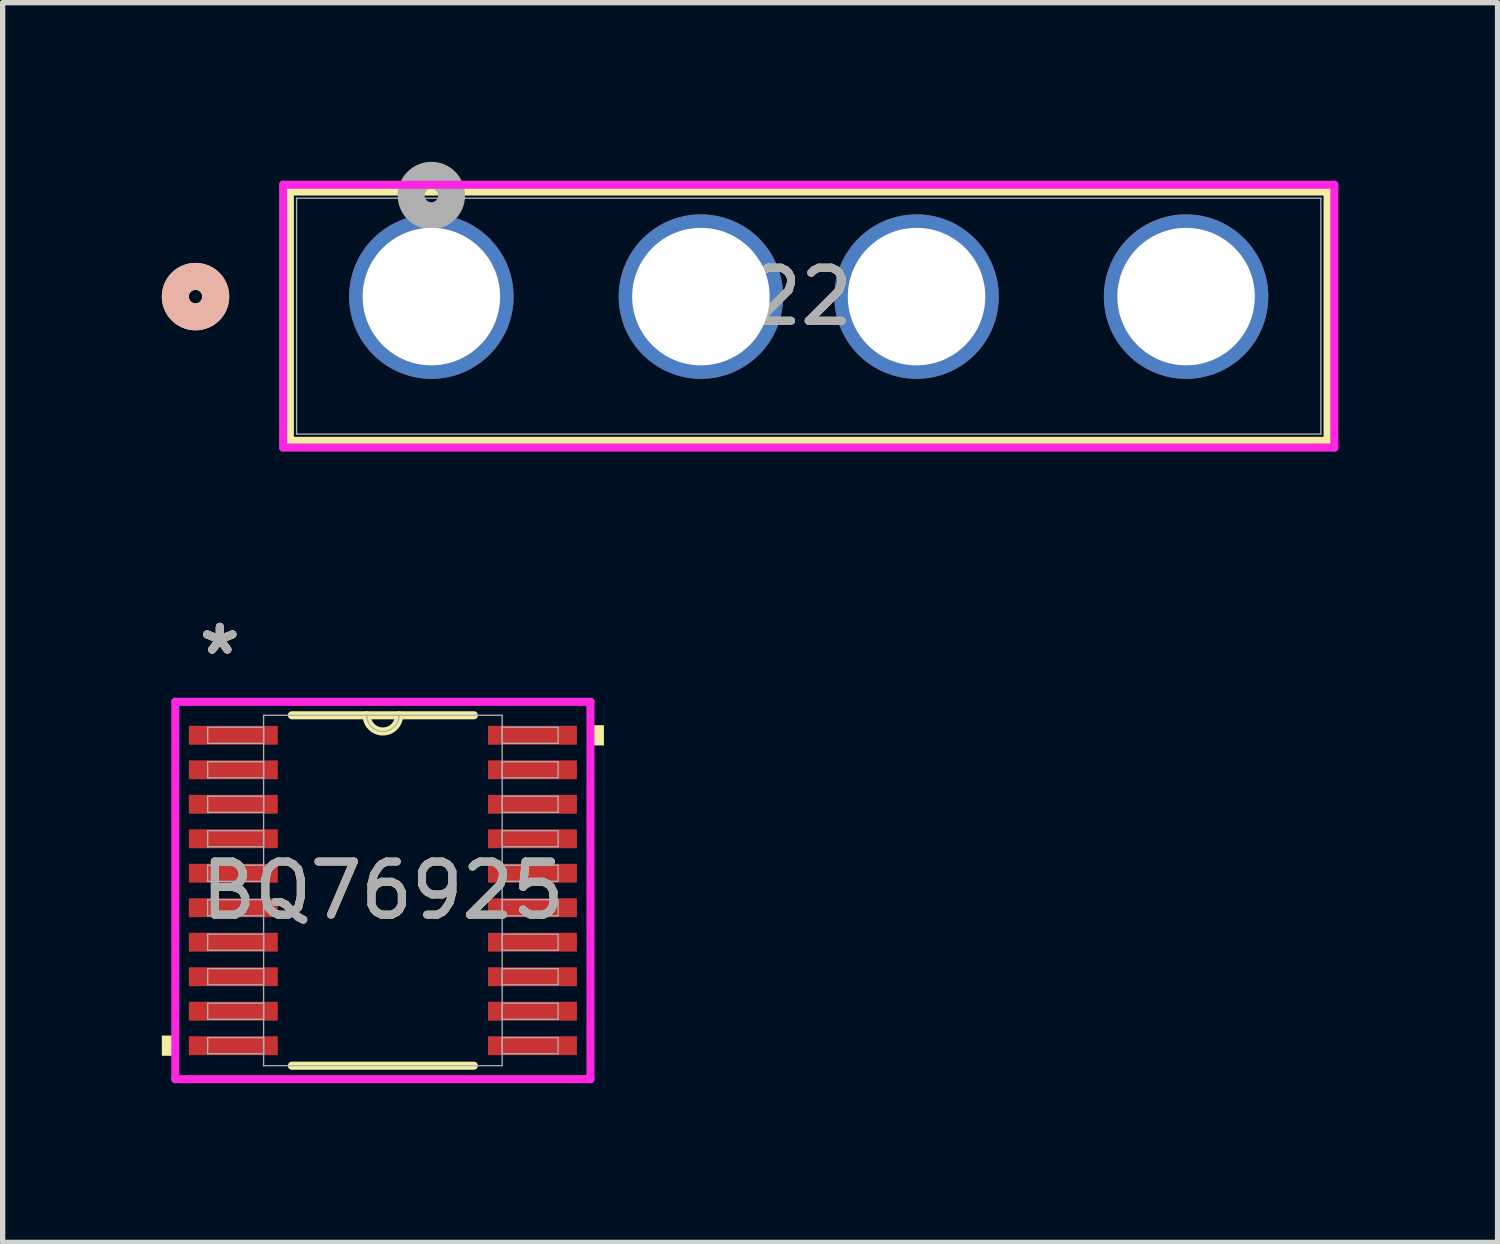
<source format=kicad_pcb>
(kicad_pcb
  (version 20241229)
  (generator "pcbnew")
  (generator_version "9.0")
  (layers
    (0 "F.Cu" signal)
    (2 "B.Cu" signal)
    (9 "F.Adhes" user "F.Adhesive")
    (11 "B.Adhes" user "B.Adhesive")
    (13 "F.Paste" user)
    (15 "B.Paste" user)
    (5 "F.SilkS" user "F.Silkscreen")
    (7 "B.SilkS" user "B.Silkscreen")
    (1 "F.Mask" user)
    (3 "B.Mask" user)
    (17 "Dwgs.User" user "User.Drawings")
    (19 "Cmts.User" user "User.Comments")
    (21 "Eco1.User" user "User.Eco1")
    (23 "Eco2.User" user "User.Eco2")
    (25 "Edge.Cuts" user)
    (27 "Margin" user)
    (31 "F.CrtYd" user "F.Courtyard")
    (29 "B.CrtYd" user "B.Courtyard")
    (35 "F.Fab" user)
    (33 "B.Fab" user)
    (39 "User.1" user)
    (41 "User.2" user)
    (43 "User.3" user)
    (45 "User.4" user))
  (footprint "3522-2"
    (layer "F.Cu")
    (at 5.08 2.54)
    (property "Reference" "3522-2" (at 7.112 0 0) (unlocked yes) (layer "F.SilkS") (effects (font (size 1 1) (thickness 0.15))))
    (attr through_hole)
    (fp_line (start -2.667 -1.981) (end -2.667 2.718) (stroke (width 0.152) (type solid)) (layer "F.SilkS"))
    (fp_line (start -2.667 2.718) (end 16.891 2.718) (stroke (width 0.152) (type solid)) (layer "F.SilkS"))
    (fp_line (start 16.891 -1.981) (end -2.667 -1.981) (stroke (width 0.152) (type solid)) (layer "F.SilkS"))
    (fp_line (start 16.891 2.718) (end 16.891 -1.981) (stroke (width 0.152) (type solid)) (layer "F.SilkS"))
    (fp_circle (center -4.445 0) (end -4.064 0) (stroke (width 0.508) (type solid)) (fill no) (layer "F.SilkS"))
    (fp_circle (center -4.445 0) (end -4.064 0) (stroke (width 0.508) (type solid)) (fill no) (layer "B.SilkS"))
    (fp_line (start -2.794 -2.108) (end -2.794 2.845) (stroke (width 0.152) (type solid)) (layer "F.CrtYd"))
    (fp_line (start -2.794 2.845) (end 17.018 2.845) (stroke (width 0.152) (type solid)) (layer "F.CrtYd"))
    (fp_line (start 17.018 -2.108) (end -2.794 -2.108) (stroke (width 0.152) (type solid)) (layer "F.CrtYd"))
    (fp_line (start 17.018 2.845) (end 17.018 -2.108) (stroke (width 0.152) (type solid)) (layer "F.CrtYd"))
    (fp_line (start -2.54 -1.854) (end -2.54 2.591) (stroke (width 0.025) (type solid)) (layer "F.Fab"))
    (fp_line (start -2.54 2.591) (end 16.764 2.591) (stroke (width 0.025) (type solid)) (layer "F.Fab"))
    (fp_line (start 16.764 -1.854) (end -2.54 -1.854) (stroke (width 0.025) (type solid)) (layer "F.Fab"))
    (fp_line (start 16.764 2.591) (end 16.764 -1.854) (stroke (width 0.025) (type solid)) (layer "F.Fab"))
    (fp_circle (center 0 -1.905) (end 0.381 -1.905) (stroke (width 0.508) (type solid)) (fill no) (layer "F.Fab"))
    (fp_text user "${REFERENCE}" (at 7.112 0 0) (unlocked yes) (layer "F.Fab") (effects (font (size 1 1) (thickness 0.15))))
    (pad "1" thru_hole circle (at 0 0) (size 3.099 3.099) (drill 2.591) (layers "*.Cu" "*.Mask"))
    (pad "1" thru_hole circle (at 5.08 0) (size 3.099 3.099) (drill 2.591) (layers "*.Cu" "*.Mask"))
    (pad "2" thru_hole circle (at 9.144 0) (size 3.099 3.099) (drill 2.591) (layers "*.Cu" "*.Mask"))
    (pad "2" thru_hole circle (at 14.224 0) (size 3.099 3.099) (drill 2.591) (layers "*.Cu" "*.Mask")))
  (footprint "BQ76925"
    (layer "F.Cu")
    (at 4.166 13.733)
    (property "Reference" "BQ76925" (at 0 0 0) (unlocked yes) (layer "F.SilkS") (effects (font (size 1 1) (thickness 0.15))))
    (attr smd)
    (fp_line (start -1.715 3.302) (end 1.715 3.302) (stroke (width 0.152) (type solid)) (layer "F.SilkS"))
    (fp_line (start 1.715 -3.302) (end -1.715 -3.302) (stroke (width 0.152) (type solid)) (layer "F.SilkS"))
    (fp_arc (start 0.3048 -3.302) (mid 0 -2.9972) (end -0.3048 -3.302) (stroke (width 0.1524) (type solid)) (layer "F.SilkS"))
    (fp_poly (pts (xy -4.166 2.734) (xy -4.166 3.115) (xy -3.912 3.115) (xy -3.912 2.734)) (stroke (width 0) (type solid)) (fill yes) (layer "F.SilkS"))
    (fp_poly (pts (xy 4.166 -3.115) (xy 4.166 -2.734) (xy 3.912 -2.734) (xy 3.912 -3.115)) (stroke (width 0) (type solid)) (fill yes) (layer "F.SilkS"))
    (fp_line (start -3.912 -3.556) (end 3.912 -3.556) (stroke (width 0.152) (type solid)) (layer "F.CrtYd"))
    (fp_line (start -3.912 3.556) (end -3.912 -3.556) (stroke (width 0.152) (type solid)) (layer "F.CrtYd"))
    (fp_line (start 3.912 -3.556) (end 3.912 3.556) (stroke (width 0.152) (type solid)) (layer "F.CrtYd"))
    (fp_line (start 3.912 3.556) (end -3.912 3.556) (stroke (width 0.152) (type solid)) (layer "F.CrtYd"))
    (fp_line (start -3.302 -3.077) (end -3.302 -2.773) (stroke (width 0.025) (type solid)) (layer "F.Fab"))
    (fp_line (start -3.302 -2.773) (end -2.248 -2.773) (stroke (width 0.025) (type solid)) (layer "F.Fab"))
    (fp_line (start -3.302 -2.427) (end -3.302 -2.123) (stroke (width 0.025) (type solid)) (layer "F.Fab"))
    (fp_line (start -3.302 -2.123) (end -2.248 -2.123) (stroke (width 0.025) (type solid)) (layer "F.Fab"))
    (fp_line (start -3.302 -1.777) (end -3.302 -1.473) (stroke (width 0.025) (type solid)) (layer "F.Fab"))
    (fp_line (start -3.302 -1.473) (end -2.248 -1.473) (stroke (width 0.025) (type solid)) (layer "F.Fab"))
    (fp_line (start -3.302 -1.127) (end -3.302 -0.823) (stroke (width 0.025) (type solid)) (layer "F.Fab"))
    (fp_line (start -3.302 -0.823) (end -2.248 -0.823) (stroke (width 0.025) (type solid)) (layer "F.Fab"))
    (fp_line (start -3.302 -0.477) (end -3.302 -0.173) (stroke (width 0.025) (type solid)) (layer "F.Fab"))
    (fp_line (start -3.302 -0.173) (end -2.248 -0.173) (stroke (width 0.025) (type solid)) (layer "F.Fab"))
    (fp_line (start -3.302 0.173) (end -3.302 0.477) (stroke (width 0.025) (type solid)) (layer "F.Fab"))
    (fp_line (start -3.302 0.477) (end -2.248 0.477) (stroke (width 0.025) (type solid)) (layer "F.Fab"))
    (fp_line (start -3.302 0.823) (end -3.302 1.127) (stroke (width 0.025) (type solid)) (layer "F.Fab"))
    (fp_line (start -3.302 1.127) (end -2.248 1.127) (stroke (width 0.025) (type solid)) (layer "F.Fab"))
    (fp_line (start -3.302 1.473) (end -3.302 1.777) (stroke (width 0.025) (type solid)) (layer "F.Fab"))
    (fp_line (start -3.302 1.777) (end -2.248 1.777) (stroke (width 0.025) (type solid)) (layer "F.Fab"))
    (fp_line (start -3.302 2.123) (end -3.302 2.427) (stroke (width 0.025) (type solid)) (layer "F.Fab"))
    (fp_line (start -3.302 2.427) (end -2.248 2.427) (stroke (width 0.025) (type solid)) (layer "F.Fab"))
    (fp_line (start -3.302 2.773) (end -3.302 3.077) (stroke (width 0.025) (type solid)) (layer "F.Fab"))
    (fp_line (start -3.302 3.077) (end -2.248 3.077) (stroke (width 0.025) (type solid)) (layer "F.Fab"))
    (fp_line (start -2.248 -3.302) (end -2.248 3.302) (stroke (width 0.025) (type solid)) (layer "F.Fab"))
    (fp_line (start -2.248 -3.077) (end -3.302 -3.077) (stroke (width 0.025) (type solid)) (layer "F.Fab"))
    (fp_line (start -2.248 -2.773) (end -2.248 -3.077) (stroke (width 0.025) (type solid)) (layer "F.Fab"))
    (fp_line (start -2.248 -2.427) (end -3.302 -2.427) (stroke (width 0.025) (type solid)) (layer "F.Fab"))
    (fp_line (start -2.248 -2.123) (end -2.248 -2.427) (stroke (width 0.025) (type solid)) (layer "F.Fab"))
    (fp_line (start -2.248 -1.777) (end -3.302 -1.777) (stroke (width 0.025) (type solid)) (layer "F.Fab"))
    (fp_line (start -2.248 -1.473) (end -2.248 -1.777) (stroke (width 0.025) (type solid)) (layer "F.Fab"))
    (fp_line (start -2.248 -1.127) (end -3.302 -1.127) (stroke (width 0.025) (type solid)) (layer "F.Fab"))
    (fp_line (start -2.248 -0.823) (end -2.248 -1.127) (stroke (width 0.025) (type solid)) (layer "F.Fab"))
    (fp_line (start -2.248 -0.477) (end -3.302 -0.477) (stroke (width 0.025) (type solid)) (layer "F.Fab"))
    (fp_line (start -2.248 -0.173) (end -2.248 -0.477) (stroke (width 0.025) (type solid)) (layer "F.Fab"))
    (fp_line (start -2.248 0.173) (end -3.302 0.173) (stroke (width 0.025) (type solid)) (layer "F.Fab"))
    (fp_line (start -2.248 0.477) (end -2.248 0.173) (stroke (width 0.025) (type solid)) (layer "F.Fab"))
    (fp_line (start -2.248 0.823) (end -3.302 0.823) (stroke (width 0.025) (type solid)) (layer "F.Fab"))
    (fp_line (start -2.248 1.127) (end -2.248 0.823) (stroke (width 0.025) (type solid)) (layer "F.Fab"))
    (fp_line (start -2.248 1.473) (end -3.302 1.473) (stroke (width 0.025) (type solid)) (layer "F.Fab"))
    (fp_line (start -2.248 1.777) (end -2.248 1.473) (stroke (width 0.025) (type solid)) (layer "F.Fab"))
    (fp_line (start -2.248 2.123) (end -3.302 2.123) (stroke (width 0.025) (type solid)) (layer "F.Fab"))
    (fp_line (start -2.248 2.427) (end -2.248 2.123) (stroke (width 0.025) (type solid)) (layer "F.Fab"))
    (fp_line (start -2.248 2.773) (end -3.302 2.773) (stroke (width 0.025) (type solid)) (layer "F.Fab"))
    (fp_line (start -2.248 3.077) (end -2.248 2.773) (stroke (width 0.025) (type solid)) (layer "F.Fab"))
    (fp_line (start -2.248 3.302) (end 2.248 3.302) (stroke (width 0.025) (type solid)) (layer "F.Fab"))
    (fp_line (start 2.248 -3.302) (end -2.248 -3.302) (stroke (width 0.025) (type solid)) (layer "F.Fab"))
    (fp_line (start 2.248 -3.077) (end 2.248 -2.773) (stroke (width 0.025) (type solid)) (layer "F.Fab"))
    (fp_line (start 2.248 -2.773) (end 3.302 -2.773) (stroke (width 0.025) (type solid)) (layer "F.Fab"))
    (fp_line (start 2.248 -2.427) (end 2.248 -2.123) (stroke (width 0.025) (type solid)) (layer "F.Fab"))
    (fp_line (start 2.248 -2.123) (end 3.302 -2.123) (stroke (width 0.025) (type solid)) (layer "F.Fab"))
    (fp_line (start 2.248 -1.777) (end 2.248 -1.473) (stroke (width 0.025) (type solid)) (layer "F.Fab"))
    (fp_line (start 2.248 -1.473) (end 3.302 -1.473) (stroke (width 0.025) (type solid)) (layer "F.Fab"))
    (fp_line (start 2.248 -1.127) (end 2.248 -0.823) (stroke (width 0.025) (type solid)) (layer "F.Fab"))
    (fp_line (start 2.248 -0.823) (end 3.302 -0.823) (stroke (width 0.025) (type solid)) (layer "F.Fab"))
    (fp_line (start 2.248 -0.477) (end 2.248 -0.173) (stroke (width 0.025) (type solid)) (layer "F.Fab"))
    (fp_line (start 2.248 -0.173) (end 3.302 -0.173) (stroke (width 0.025) (type solid)) (layer "F.Fab"))
    (fp_line (start 2.248 0.173) (end 2.248 0.477) (stroke (width 0.025) (type solid)) (layer "F.Fab"))
    (fp_line (start 2.248 0.477) (end 3.302 0.477) (stroke (width 0.025) (type solid)) (layer "F.Fab"))
    (fp_line (start 2.248 0.823) (end 2.248 1.127) (stroke (width 0.025) (type solid)) (layer "F.Fab"))
    (fp_line (start 2.248 1.127) (end 3.302 1.127) (stroke (width 0.025) (type solid)) (layer "F.Fab"))
    (fp_line (start 2.248 1.473) (end 2.248 1.777) (stroke (width 0.025) (type solid)) (layer "F.Fab"))
    (fp_line (start 2.248 1.777) (end 3.302 1.777) (stroke (width 0.025) (type solid)) (layer "F.Fab"))
    (fp_line (start 2.248 2.123) (end 2.248 2.427) (stroke (width 0.025) (type solid)) (layer "F.Fab"))
    (fp_line (start 2.248 2.427) (end 3.302 2.427) (stroke (width 0.025) (type solid)) (layer "F.Fab"))
    (fp_line (start 2.248 2.773) (end 2.248 3.077) (stroke (width 0.025) (type solid)) (layer "F.Fab"))
    (fp_line (start 2.248 3.077) (end 3.302 3.077) (stroke (width 0.025) (type solid)) (layer "F.Fab"))
    (fp_line (start 2.248 3.302) (end 2.248 -3.302) (stroke (width 0.025) (type solid)) (layer "F.Fab"))
    (fp_line (start 3.302 -3.077) (end 2.248 -3.077) (stroke (width 0.025) (type solid)) (layer "F.Fab"))
    (fp_line (start 3.302 -2.773) (end 3.302 -3.077) (stroke (width 0.025) (type solid)) (layer "F.Fab"))
    (fp_line (start 3.302 -2.427) (end 2.248 -2.427) (stroke (width 0.025) (type solid)) (layer "F.Fab"))
    (fp_line (start 3.302 -2.123) (end 3.302 -2.427) (stroke (width 0.025) (type solid)) (layer "F.Fab"))
    (fp_line (start 3.302 -1.777) (end 2.248 -1.777) (stroke (width 0.025) (type solid)) (layer "F.Fab"))
    (fp_line (start 3.302 -1.473) (end 3.302 -1.777) (stroke (width 0.025) (type solid)) (layer "F.Fab"))
    (fp_line (start 3.302 -1.127) (end 2.248 -1.127) (stroke (width 0.025) (type solid)) (layer "F.Fab"))
    (fp_line (start 3.302 -0.823) (end 3.302 -1.127) (stroke (width 0.025) (type solid)) (layer "F.Fab"))
    (fp_line (start 3.302 -0.477) (end 2.248 -0.477) (stroke (width 0.025) (type solid)) (layer "F.Fab"))
    (fp_line (start 3.302 -0.173) (end 3.302 -0.477) (stroke (width 0.025) (type solid)) (layer "F.Fab"))
    (fp_line (start 3.302 0.173) (end 2.248 0.173) (stroke (width 0.025) (type solid)) (layer "F.Fab"))
    (fp_line (start 3.302 0.477) (end 3.302 0.173) (stroke (width 0.025) (type solid)) (layer "F.Fab"))
    (fp_line (start 3.302 0.823) (end 2.248 0.823) (stroke (width 0.025) (type solid)) (layer "F.Fab"))
    (fp_line (start 3.302 1.127) (end 3.302 0.823) (stroke (width 0.025) (type solid)) (layer "F.Fab"))
    (fp_line (start 3.302 1.473) (end 2.248 1.473) (stroke (width 0.025) (type solid)) (layer "F.Fab"))
    (fp_line (start 3.302 1.777) (end 3.302 1.473) (stroke (width 0.025) (type solid)) (layer "F.Fab"))
    (fp_line (start 3.302 2.123) (end 2.248 2.123) (stroke (width 0.025) (type solid)) (layer "F.Fab"))
    (fp_line (start 3.302 2.427) (end 3.302 2.123) (stroke (width 0.025) (type solid)) (layer "F.Fab"))
    (fp_line (start 3.302 2.773) (end 2.248 2.773) (stroke (width 0.025) (type solid)) (layer "F.Fab"))
    (fp_line (start 3.302 3.077) (end 3.302 2.773) (stroke (width 0.025) (type solid)) (layer "F.Fab"))
    (fp_arc (start 0.3048 -3.302) (mid 0 -2.9972) (end -0.3048 -3.302) (stroke (width 0.0254) (type solid)) (layer "F.Fab"))
    (fp_text user "*" (at -3.073 -4.424 0) (unlocked yes) (layer "F.SilkS") (effects (font (size 1 1) (thickness 0.15))))
    (fp_text user "*" (at -3.073 -4.424 0) (layer "F.SilkS") (effects (font (size 1 1) (thickness 0.15))))
    (fp_text user "*" (at -3.073 -4.424 0) (layer "F.Fab") (effects (font (size 1 1) (thickness 0.15))))
    (fp_text user "${REFERENCE}" (at 0 0 0) (unlocked yes) (layer "F.Fab") (effects (font (size 1 1) (thickness 0.15))))
    (fp_text user "*" (at -3.073 -4.424 0) (unlocked yes) (layer "F.Fab") (effects (font (size 1 1) (thickness 0.15))))
    (pad "1" smd rect (at -2.819 -2.925) (size 1.676 0.356) (layers "F.Cu" "F.Mask" "F.Paste"))
    (pad "2" smd rect (at -2.819 -2.275) (size 1.676 0.356) (layers "F.Cu" "F.Mask" "F.Paste"))
    (pad "3" smd rect (at -2.819 -1.625) (size 1.676 0.356) (layers "F.Cu" "F.Mask" "F.Paste"))
    (pad "4" smd rect (at -2.819 -0.975) (size 1.676 0.356) (layers "F.Cu" "F.Mask" "F.Paste"))
    (pad "5" smd rect (at -2.819 -0.325) (size 1.676 0.356) (layers "F.Cu" "F.Mask" "F.Paste"))
    (pad "6" smd rect (at -2.819 0.325) (size 1.676 0.356) (layers "F.Cu" "F.Mask" "F.Paste"))
    (pad "7" smd rect (at -2.819 0.975) (size 1.676 0.356) (layers "F.Cu" "F.Mask" "F.Paste"))
    (pad "8" smd rect (at -2.819 1.625) (size 1.676 0.356) (layers "F.Cu" "F.Mask" "F.Paste"))
    (pad "9" smd rect (at -2.819 2.275) (size 1.676 0.356) (layers "F.Cu" "F.Mask" "F.Paste"))
    (pad "10" smd rect (at -2.819 2.925) (size 1.676 0.356) (layers "F.Cu" "F.Mask" "F.Paste"))
    (pad "11" smd rect (at 2.819 2.925) (size 1.676 0.356) (layers "F.Cu" "F.Mask" "F.Paste"))
    (pad "12" smd rect (at 2.819 2.275) (size 1.676 0.356) (layers "F.Cu" "F.Mask" "F.Paste"))
    (pad "13" smd rect (at 2.819 1.625) (size 1.676 0.356) (layers "F.Cu" "F.Mask" "F.Paste"))
    (pad "14" smd rect (at 2.819 0.975) (size 1.676 0.356) (layers "F.Cu" "F.Mask" "F.Paste"))
    (pad "15" smd rect (at 2.819 0.325) (size 1.676 0.356) (layers "F.Cu" "F.Mask" "F.Paste"))
    (pad "16" smd rect (at 2.819 -0.325) (size 1.676 0.356) (layers "F.Cu" "F.Mask" "F.Paste"))
    (pad "17" smd rect (at 2.819 -0.975) (size 1.676 0.356) (layers "F.Cu" "F.Mask" "F.Paste"))
    (pad "18" smd rect (at 2.819 -1.625) (size 1.676 0.356) (layers "F.Cu" "F.Mask" "F.Paste"))
    (pad "19" smd rect (at 2.819 -2.275) (size 1.676 0.356) (layers "F.Cu" "F.Mask" "F.Paste"))
    (pad "20" smd rect (at 2.819 -2.925) (size 1.676 0.356) (layers "F.Cu" "F.Mask" "F.Paste")))
  (gr_rect
    (start -3 -3)
    (end 25.174 20.365)
    (stroke (width 0.1) (type default))
    (fill no)
    (layer "Edge.Cuts")))
</source>
